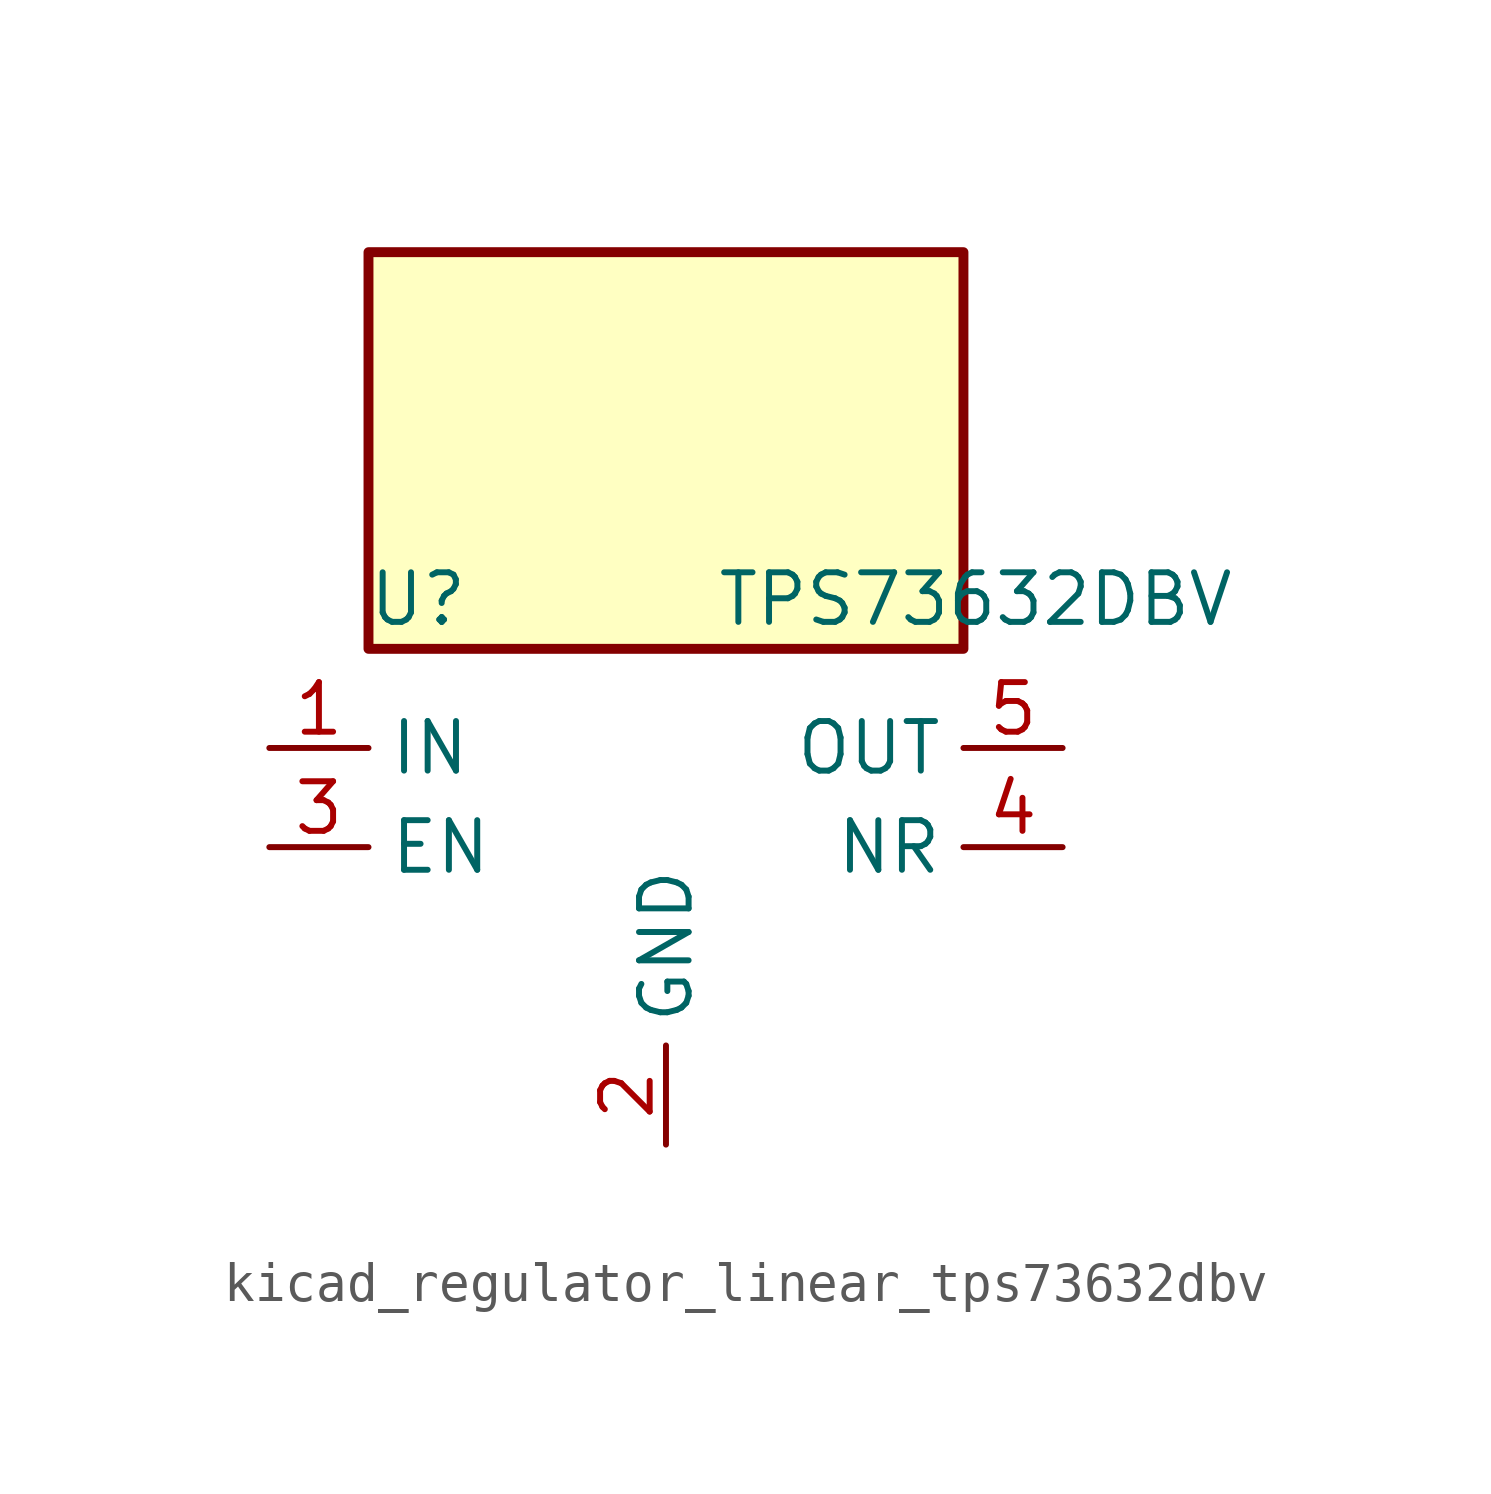
<source format=kicad_sym>
(kicad_symbol_lib
  (version 20220914)
  (generator kicad_symbol_editor)
  (symbol "kicad_regulator_linear_tps73632dbv"
    (property "Reference" "U"
      (at -6.35 6.35 0)
      (effects (font (size 1.27 1.27))))
    (property "Value" "TPS73632DBV"
      (at 1.27 6.35 0)
      (effects (font (size 1.27 1.27)) (justify left)))
    (symbol "kicad_regulator_linear_tps73632dbv_0_1"
      (rectangle (start 7.62 15.24) (end -7.62 5.08) (stroke (width 0.254) (type default)) (fill (type background))))
    (symbol "kicad_regulator_linear_tps73632dbv_1_1"
      (pin power_in line (at -10.16 2.54 0) (length 2.54) (name "IN" (effects (font (size 1.27 1.27)))) (number "1" (effects (font (size 1.27 1.27)))))
      (pin power_in line (at 0 -7.62 90) (length 2.54) (name "GND" (effects (font (size 1.27 1.27)))) (number "2" (effects (font (size 1.27 1.27)))))
      (pin input line (at -10.16 0 0) (length 2.54) (name "EN" (effects (font (size 1.27 1.27)))) (number "3" (effects (font (size 1.27 1.27)))))
      (pin passive line (at 10.16 0 180) (length 2.54) (name "NR" (effects (font (size 1.27 1.27)))) (number "4" (effects (font (size 1.27 1.27)))))
      (pin power_out line (at 10.16 2.54 180) (length 2.54) (name "OUT" (effects (font (size 1.27 1.27)))) (number "5" (effects (font (size 1.27 1.27))))))))
</source>
